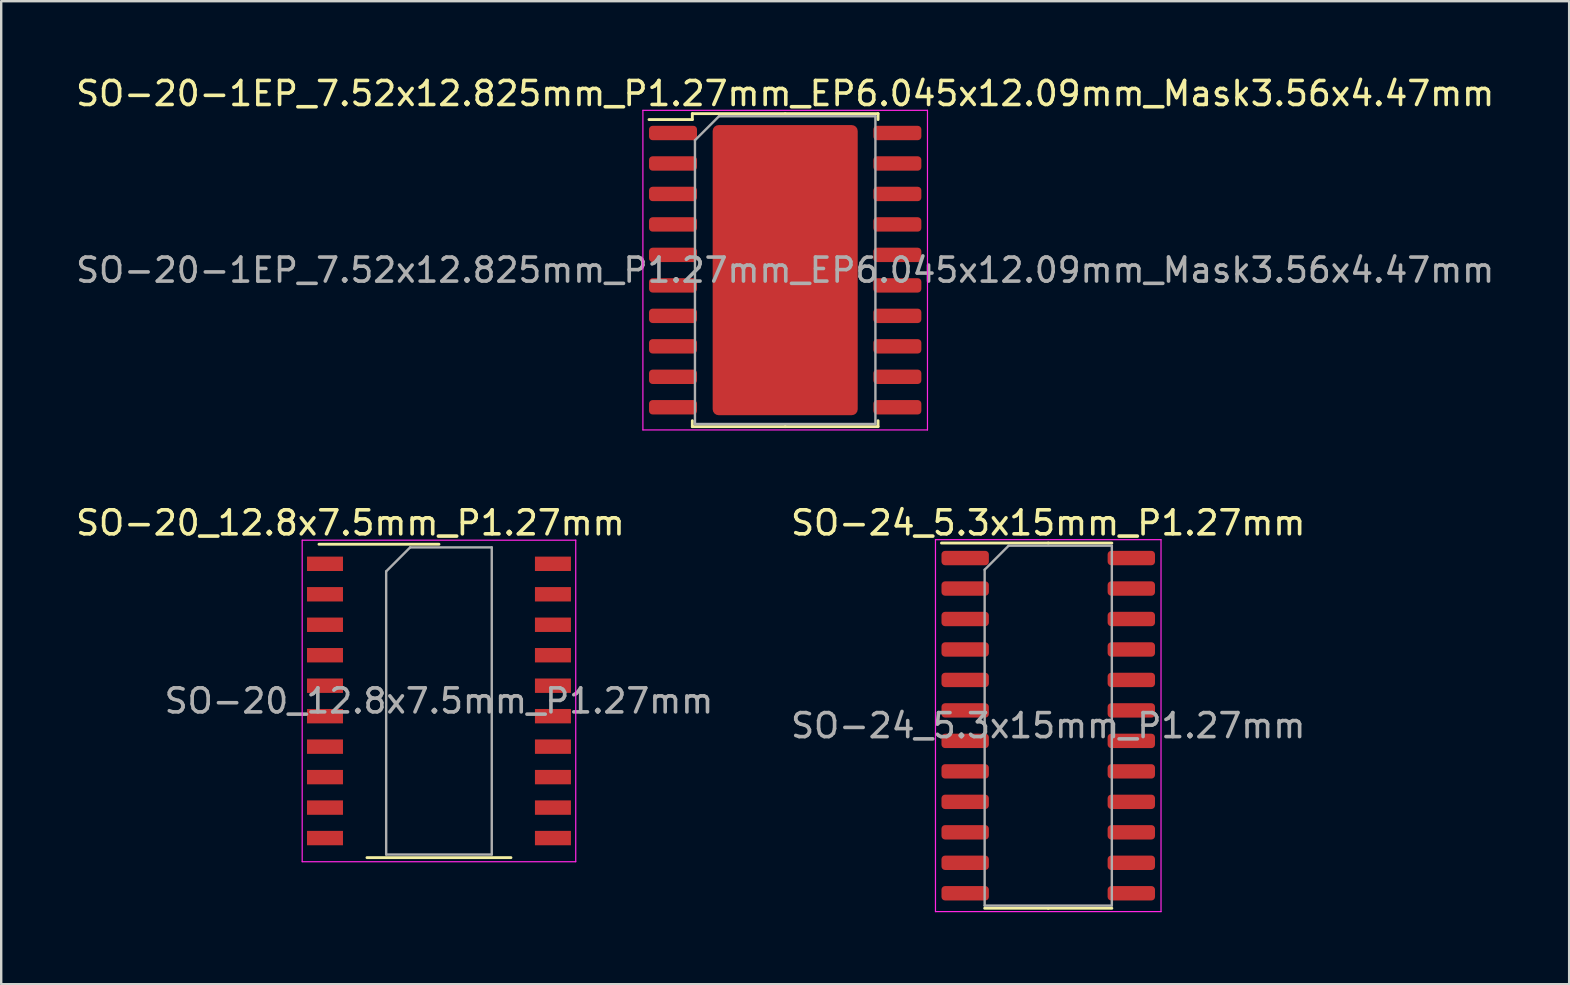
<source format=kicad_pcb>
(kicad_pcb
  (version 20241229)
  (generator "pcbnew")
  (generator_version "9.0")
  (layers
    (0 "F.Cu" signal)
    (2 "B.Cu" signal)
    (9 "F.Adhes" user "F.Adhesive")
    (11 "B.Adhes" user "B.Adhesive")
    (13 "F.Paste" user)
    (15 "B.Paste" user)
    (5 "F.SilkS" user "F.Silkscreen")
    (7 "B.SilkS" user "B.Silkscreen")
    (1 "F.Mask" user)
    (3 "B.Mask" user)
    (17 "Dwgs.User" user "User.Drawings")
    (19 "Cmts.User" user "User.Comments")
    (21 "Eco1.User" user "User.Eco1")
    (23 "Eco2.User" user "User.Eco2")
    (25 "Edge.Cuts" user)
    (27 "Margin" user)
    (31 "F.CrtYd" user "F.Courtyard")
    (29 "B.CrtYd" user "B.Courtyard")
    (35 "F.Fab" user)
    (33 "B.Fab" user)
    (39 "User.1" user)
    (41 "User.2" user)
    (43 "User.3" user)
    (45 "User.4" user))
  (footprint "SO-24_5.3x15mm_P1.27mm"
    (layer "F.Cu")
    (at 40.636 27.192)
    (property "Reference" "SO-24_5.3x15mm_P1.27mm" (at 0 -8.45 0) (layer "F.SilkS") (effects (font (size 1 1) (thickness 0.15))))
    (attr smd)
    (fp_line (start 0 -7.61) (end -4.45 -7.61) (stroke (width 0.12) (type solid)) (layer "F.SilkS"))
    (fp_line (start 0 -7.61) (end 2.65 -7.61) (stroke (width 0.12) (type solid)) (layer "F.SilkS"))
    (fp_line (start 0 7.61) (end -2.65 7.61) (stroke (width 0.12) (type solid)) (layer "F.SilkS"))
    (fp_line (start 0 7.61) (end 2.65 7.61) (stroke (width 0.12) (type solid)) (layer "F.SilkS"))
    (fp_line (start -4.7 -7.75) (end -4.7 7.75) (stroke (width 0.05) (type solid)) (layer "F.CrtYd"))
    (fp_line (start -4.7 7.75) (end 4.7 7.75) (stroke (width 0.05) (type solid)) (layer "F.CrtYd"))
    (fp_line (start 4.7 -7.75) (end -4.7 -7.75) (stroke (width 0.05) (type solid)) (layer "F.CrtYd"))
    (fp_line (start 4.7 7.75) (end 4.7 -7.75) (stroke (width 0.05) (type solid)) (layer "F.CrtYd"))
    (fp_line (start -2.65 -6.5) (end -1.65 -7.5) (stroke (width 0.1) (type solid)) (layer "F.Fab"))
    (fp_line (start -2.65 7.5) (end -2.65 -6.5) (stroke (width 0.1) (type solid)) (layer "F.Fab"))
    (fp_line (start -1.65 -7.5) (end 2.65 -7.5) (stroke (width 0.1) (type solid)) (layer "F.Fab"))
    (fp_line (start 2.65 -7.5) (end 2.65 7.5) (stroke (width 0.1) (type solid)) (layer "F.Fab"))
    (fp_line (start 2.65 7.5) (end -2.65 7.5) (stroke (width 0.1) (type solid)) (layer "F.Fab"))
    (fp_text user "${REFERENCE}" (at 0 0 0) (layer "F.Fab") (effects (font (size 1 1) (thickness 0.15))))
    (pad "1" smd roundrect (at -3.462 -6.985) (size 1.975 0.6) (layers "F.Cu" "F.Mask" "F.Paste") (roundrect_rratio 0.25))
    (pad "2" smd roundrect (at -3.462 -5.715) (size 1.975 0.6) (layers "F.Cu" "F.Mask" "F.Paste") (roundrect_rratio 0.25))
    (pad "3" smd roundrect (at -3.462 -4.445) (size 1.975 0.6) (layers "F.Cu" "F.Mask" "F.Paste") (roundrect_rratio 0.25))
    (pad "4" smd roundrect (at -3.462 -3.175) (size 1.975 0.6) (layers "F.Cu" "F.Mask" "F.Paste") (roundrect_rratio 0.25))
    (pad "5" smd roundrect (at -3.462 -1.905) (size 1.975 0.6) (layers "F.Cu" "F.Mask" "F.Paste") (roundrect_rratio 0.25))
    (pad "6" smd roundrect (at -3.462 -0.635) (size 1.975 0.6) (layers "F.Cu" "F.Mask" "F.Paste") (roundrect_rratio 0.25))
    (pad "7" smd roundrect (at -3.462 0.635) (size 1.975 0.6) (layers "F.Cu" "F.Mask" "F.Paste") (roundrect_rratio 0.25))
    (pad "8" smd roundrect (at -3.462 1.905) (size 1.975 0.6) (layers "F.Cu" "F.Mask" "F.Paste") (roundrect_rratio 0.25))
    (pad "9" smd roundrect (at -3.462 3.175) (size 1.975 0.6) (layers "F.Cu" "F.Mask" "F.Paste") (roundrect_rratio 0.25))
    (pad "10" smd roundrect (at -3.462 4.445) (size 1.975 0.6) (layers "F.Cu" "F.Mask" "F.Paste") (roundrect_rratio 0.25))
    (pad "11" smd roundrect (at -3.462 5.715) (size 1.975 0.6) (layers "F.Cu" "F.Mask" "F.Paste") (roundrect_rratio 0.25))
    (pad "12" smd roundrect (at -3.462 6.985) (size 1.975 0.6) (layers "F.Cu" "F.Mask" "F.Paste") (roundrect_rratio 0.25))
    (pad "13" smd roundrect (at 3.462 6.985) (size 1.975 0.6) (layers "F.Cu" "F.Mask" "F.Paste") (roundrect_rratio 0.25))
    (pad "14" smd roundrect (at 3.462 5.715) (size 1.975 0.6) (layers "F.Cu" "F.Mask" "F.Paste") (roundrect_rratio 0.25))
    (pad "15" smd roundrect (at 3.462 4.445) (size 1.975 0.6) (layers "F.Cu" "F.Mask" "F.Paste") (roundrect_rratio 0.25))
    (pad "16" smd roundrect (at 3.462 3.175) (size 1.975 0.6) (layers "F.Cu" "F.Mask" "F.Paste") (roundrect_rratio 0.25))
    (pad "17" smd roundrect (at 3.462 1.905) (size 1.975 0.6) (layers "F.Cu" "F.Mask" "F.Paste") (roundrect_rratio 0.25))
    (pad "18" smd roundrect (at 3.462 0.635) (size 1.975 0.6) (layers "F.Cu" "F.Mask" "F.Paste") (roundrect_rratio 0.25))
    (pad "19" smd roundrect (at 3.462 -0.635) (size 1.975 0.6) (layers "F.Cu" "F.Mask" "F.Paste") (roundrect_rratio 0.25))
    (pad "20" smd roundrect (at 3.462 -1.905) (size 1.975 0.6) (layers "F.Cu" "F.Mask" "F.Paste") (roundrect_rratio 0.25))
    (pad "21" smd roundrect (at 3.462 -3.175) (size 1.975 0.6) (layers "F.Cu" "F.Mask" "F.Paste") (roundrect_rratio 0.25))
    (pad "22" smd roundrect (at 3.462 -4.445) (size 1.975 0.6) (layers "F.Cu" "F.Mask" "F.Paste") (roundrect_rratio 0.25))
    (pad "23" smd roundrect (at 3.462 -5.715) (size 1.975 0.6) (layers "F.Cu" "F.Mask" "F.Paste") (roundrect_rratio 0.25))
    (pad "24" smd roundrect (at 3.462 -6.985) (size 1.975 0.6) (layers "F.Cu" "F.Mask" "F.Paste") (roundrect_rratio 0.25)))
  (footprint "SO-20-1EP_7.52x12.825mm_P1.27mm_EP6.045x12.09mm_Mask3.56x4.47mm"
    (layer "F.Cu")
    (at 29.673 8.208)
    (property "Reference" "SO-20-1EP_7.52x12.825mm_P1.27mm_EP6.045x12.09mm_Mask3.56x4.47mm" (at 0 -7.36 0) (layer "F.SilkS") (effects (font (size 1 1) (thickness 0.15))))
    (attr smd)
    (fp_line (start -3.87 -6.522) (end -3.87 -6.275) (stroke (width 0.12) (type solid)) (layer "F.SilkS"))
    (fp_line (start -3.87 -6.275) (end -5.675 -6.275) (stroke (width 0.12) (type solid)) (layer "F.SilkS"))
    (fp_line (start -3.87 6.522) (end -3.87 6.275) (stroke (width 0.12) (type solid)) (layer "F.SilkS"))
    (fp_line (start 0 -6.522) (end -3.87 -6.522) (stroke (width 0.12) (type solid)) (layer "F.SilkS"))
    (fp_line (start 0 -6.522) (end 3.87 -6.522) (stroke (width 0.12) (type solid)) (layer "F.SilkS"))
    (fp_line (start 0 6.522) (end -3.87 6.522) (stroke (width 0.12) (type solid)) (layer "F.SilkS"))
    (fp_line (start 0 6.522) (end 3.87 6.522) (stroke (width 0.12) (type solid)) (layer "F.SilkS"))
    (fp_line (start 3.87 -6.522) (end 3.87 -6.275) (stroke (width 0.12) (type solid)) (layer "F.SilkS"))
    (fp_line (start 3.87 6.522) (end 3.87 6.275) (stroke (width 0.12) (type solid)) (layer "F.SilkS"))
    (fp_line (start -5.93 -6.66) (end -5.93 6.66) (stroke (width 0.05) (type solid)) (layer "F.CrtYd"))
    (fp_line (start -5.93 6.66) (end 5.93 6.66) (stroke (width 0.05) (type solid)) (layer "F.CrtYd"))
    (fp_line (start 5.93 -6.66) (end -5.93 -6.66) (stroke (width 0.05) (type solid)) (layer "F.CrtYd"))
    (fp_line (start 5.93 6.66) (end 5.93 -6.66) (stroke (width 0.05) (type solid)) (layer "F.CrtYd"))
    (fp_line (start -3.76 -5.412) (end -2.76 -6.412) (stroke (width 0.1) (type solid)) (layer "F.Fab"))
    (fp_line (start -3.76 6.412) (end -3.76 -5.412) (stroke (width 0.1) (type solid)) (layer "F.Fab"))
    (fp_line (start -2.76 -6.412) (end 3.76 -6.412) (stroke (width 0.1) (type solid)) (layer "F.Fab"))
    (fp_line (start 3.76 -6.412) (end 3.76 6.412) (stroke (width 0.1) (type solid)) (layer "F.Fab"))
    (fp_line (start 3.76 6.412) (end -3.76 6.412) (stroke (width 0.1) (type solid)) (layer "F.Fab"))
    (fp_text user "${REFERENCE}" (at 0 0 0) (layer "F.Fab") (effects (font (size 1 1) (thickness 0.15))))
    (pad "" smd roundrect (at 0 0) (size 2.87 3.6) (layers "F.Paste") (roundrect_rratio 0.087))
    (pad "" smd roundrect (at 0 0) (size 3.56 4.47) (layers "F.Mask") (roundrect_rratio 0.07))
    (pad "1" smd roundrect (at -4.675 -5.715) (size 2 0.6) (layers "F.Cu" "F.Mask" "F.Paste") (roundrect_rratio 0.25))
    (pad "2" smd roundrect (at -4.675 -4.445) (size 2 0.6) (layers "F.Cu" "F.Mask" "F.Paste") (roundrect_rratio 0.25))
    (pad "3" smd roundrect (at -4.675 -3.175) (size 2 0.6) (layers "F.Cu" "F.Mask" "F.Paste") (roundrect_rratio 0.25))
    (pad "4" smd roundrect (at -4.675 -1.905) (size 2 0.6) (layers "F.Cu" "F.Mask" "F.Paste") (roundrect_rratio 0.25))
    (pad "5" smd roundrect (at -4.675 -0.635) (size 2 0.6) (layers "F.Cu" "F.Mask" "F.Paste") (roundrect_rratio 0.25))
    (pad "6" smd roundrect (at -4.675 0.635) (size 2 0.6) (layers "F.Cu" "F.Mask" "F.Paste") (roundrect_rratio 0.25))
    (pad "7" smd roundrect (at -4.675 1.905) (size 2 0.6) (layers "F.Cu" "F.Mask" "F.Paste") (roundrect_rratio 0.25))
    (pad "8" smd roundrect (at -4.675 3.175) (size 2 0.6) (layers "F.Cu" "F.Mask" "F.Paste") (roundrect_rratio 0.25))
    (pad "9" smd roundrect (at -4.675 4.445) (size 2 0.6) (layers "F.Cu" "F.Mask" "F.Paste") (roundrect_rratio 0.25))
    (pad "10" smd roundrect (at -4.675 5.715) (size 2 0.6) (layers "F.Cu" "F.Mask" "F.Paste") (roundrect_rratio 0.25))
    (pad "11" smd roundrect (at 4.675 5.715) (size 2 0.6) (layers "F.Cu" "F.Mask" "F.Paste") (roundrect_rratio 0.25))
    (pad "12" smd roundrect (at 4.675 4.445) (size 2 0.6) (layers "F.Cu" "F.Mask" "F.Paste") (roundrect_rratio 0.25))
    (pad "13" smd roundrect (at 4.675 3.175) (size 2 0.6) (layers "F.Cu" "F.Mask" "F.Paste") (roundrect_rratio 0.25))
    (pad "14" smd roundrect (at 4.675 1.905) (size 2 0.6) (layers "F.Cu" "F.Mask" "F.Paste") (roundrect_rratio 0.25))
    (pad "15" smd roundrect (at 4.675 0.635) (size 2 0.6) (layers "F.Cu" "F.Mask" "F.Paste") (roundrect_rratio 0.25))
    (pad "16" smd roundrect (at 4.675 -0.635) (size 2 0.6) (layers "F.Cu" "F.Mask" "F.Paste") (roundrect_rratio 0.25))
    (pad "17" smd roundrect (at 4.675 -1.905) (size 2 0.6) (layers "F.Cu" "F.Mask" "F.Paste") (roundrect_rratio 0.25))
    (pad "18" smd roundrect (at 4.675 -3.175) (size 2 0.6) (layers "F.Cu" "F.Mask" "F.Paste") (roundrect_rratio 0.25))
    (pad "19" smd roundrect (at 4.675 -4.445) (size 2 0.6) (layers "F.Cu" "F.Mask" "F.Paste") (roundrect_rratio 0.25))
    (pad "20" smd roundrect (at 4.675 -5.715) (size 2 0.6) (layers "F.Cu" "F.Mask" "F.Paste") (roundrect_rratio 0.25))
    (pad "21" smd roundrect (at 0 0) (size 6.045 12.09) (layers "F.Cu") (roundrect_rratio 0.041)))
  (footprint "SO-20_12.8x7.5mm_P1.27mm"
    (layer "F.Cu")
    (at 15.244 26.162)
    (property "Reference" "SO-20_12.8x7.5mm_P1.27mm" (at -3.69 -7.42 0) (layer "F.SilkS") (effects (font (size 1 1) (thickness 0.15))))
    (attr smd)
    (fp_line (start -5 -6.53) (end 0 -6.53) (stroke (width 0.12) (type solid)) (layer "F.SilkS"))
    (fp_line (start -3 6.53) (end 3 6.53) (stroke (width 0.12) (type solid)) (layer "F.SilkS"))
    (fp_line (start -5.7 -6.7) (end 5.7 -6.7) (stroke (width 0.05) (type solid)) (layer "F.CrtYd"))
    (fp_line (start -5.7 6.7) (end -5.7 -6.7) (stroke (width 0.05) (type solid)) (layer "F.CrtYd"))
    (fp_line (start 5.7 -6.7) (end 5.7 6.7) (stroke (width 0.05) (type solid)) (layer "F.CrtYd"))
    (fp_line (start 5.7 6.7) (end -5.7 6.7) (stroke (width 0.05) (type solid)) (layer "F.CrtYd"))
    (fp_line (start -2.2 -5.4) (end -1.2 -6.4) (stroke (width 0.1) (type solid)) (layer "F.Fab"))
    (fp_line (start -2.2 6.4) (end -2.2 -5.4) (stroke (width 0.1) (type solid)) (layer "F.Fab"))
    (fp_line (start -1.2 -6.4) (end 2.2 -6.4) (stroke (width 0.1) (type solid)) (layer "F.Fab"))
    (fp_line (start 2.2 -6.4) (end 2.2 6.4) (stroke (width 0.1) (type solid)) (layer "F.Fab"))
    (fp_line (start 2.2 6.4) (end -2.2 6.4) (stroke (width 0.1) (type solid)) (layer "F.Fab"))
    (fp_text user "${REFERENCE}" (at 0 0 0) (layer "F.Fab") (effects (font (size 1 1) (thickness 0.15))))
    (pad "1" smd rect (at -4.75 -5.715) (size 1.5 0.6) (layers "F.Cu" "F.Mask" "F.Paste"))
    (pad "2" smd rect (at -4.75 -4.445) (size 1.5 0.6) (layers "F.Cu" "F.Mask" "F.Paste"))
    (pad "3" smd rect (at -4.75 -3.175) (size 1.5 0.6) (layers "F.Cu" "F.Mask" "F.Paste"))
    (pad "4" smd rect (at -4.75 -1.905) (size 1.5 0.6) (layers "F.Cu" "F.Mask" "F.Paste"))
    (pad "5" smd rect (at -4.75 -0.635) (size 1.5 0.6) (layers "F.Cu" "F.Mask" "F.Paste"))
    (pad "6" smd rect (at -4.75 0.635) (size 1.5 0.6) (layers "F.Cu" "F.Mask" "F.Paste"))
    (pad "7" smd rect (at -4.75 1.905) (size 1.5 0.6) (layers "F.Cu" "F.Mask" "F.Paste"))
    (pad "8" smd rect (at -4.75 3.175) (size 1.5 0.6) (layers "F.Cu" "F.Mask" "F.Paste"))
    (pad "9" smd rect (at -4.75 4.445) (size 1.5 0.6) (layers "F.Cu" "F.Mask" "F.Paste"))
    (pad "10" smd rect (at -4.75 5.715) (size 1.5 0.6) (layers "F.Cu" "F.Mask" "F.Paste"))
    (pad "11" smd rect (at 4.75 5.715) (size 1.5 0.6) (layers "F.Cu" "F.Mask" "F.Paste"))
    (pad "12" smd rect (at 4.75 4.445) (size 1.5 0.6) (layers "F.Cu" "F.Mask" "F.Paste"))
    (pad "13" smd rect (at 4.75 3.175) (size 1.5 0.6) (layers "F.Cu" "F.Mask" "F.Paste"))
    (pad "14" smd rect (at 4.75 1.905) (size 1.5 0.6) (layers "F.Cu" "F.Mask" "F.Paste"))
    (pad "15" smd rect (at 4.75 0.635) (size 1.5 0.6) (layers "F.Cu" "F.Mask" "F.Paste"))
    (pad "16" smd rect (at 4.75 -0.635) (size 1.5 0.6) (layers "F.Cu" "F.Mask" "F.Paste"))
    (pad "17" smd rect (at 4.75 -1.905) (size 1.5 0.6) (layers "F.Cu" "F.Mask" "F.Paste"))
    (pad "18" smd rect (at 4.75 -3.175) (size 1.5 0.6) (layers "F.Cu" "F.Mask" "F.Paste"))
    (pad "19" smd rect (at 4.75 -4.445) (size 1.5 0.6) (layers "F.Cu" "F.Mask" "F.Paste"))
    (pad "20" smd rect (at 4.75 -5.715) (size 1.5 0.6) (layers "F.Cu" "F.Mask" "F.Paste")))
  (gr_rect
    (start -3 -3)
    (end 62.345 37.967)
    (stroke (width 0.1) (type default))
    (fill no)
    (layer "Edge.Cuts")))
</source>
